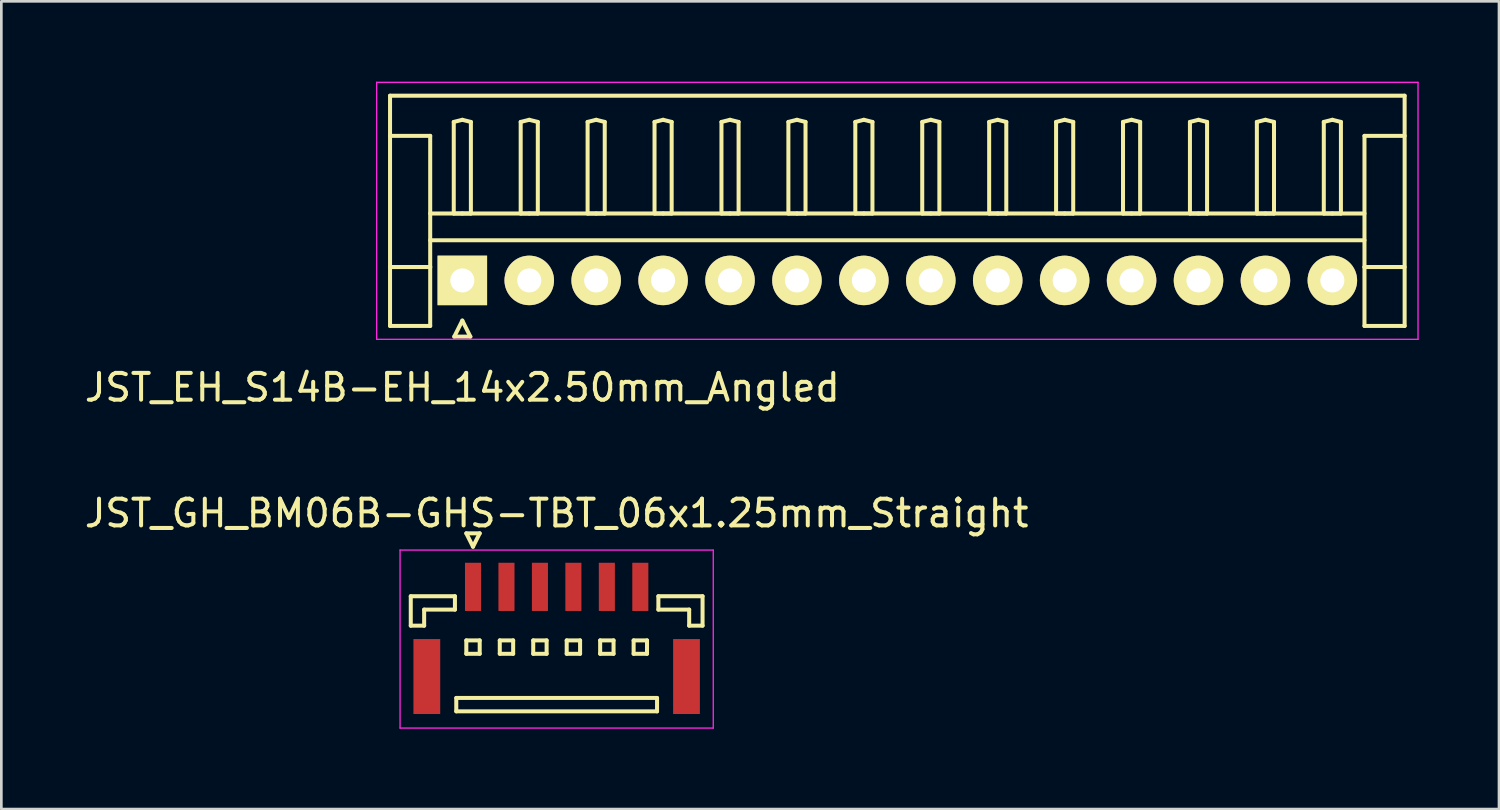
<source format=kicad_pcb>
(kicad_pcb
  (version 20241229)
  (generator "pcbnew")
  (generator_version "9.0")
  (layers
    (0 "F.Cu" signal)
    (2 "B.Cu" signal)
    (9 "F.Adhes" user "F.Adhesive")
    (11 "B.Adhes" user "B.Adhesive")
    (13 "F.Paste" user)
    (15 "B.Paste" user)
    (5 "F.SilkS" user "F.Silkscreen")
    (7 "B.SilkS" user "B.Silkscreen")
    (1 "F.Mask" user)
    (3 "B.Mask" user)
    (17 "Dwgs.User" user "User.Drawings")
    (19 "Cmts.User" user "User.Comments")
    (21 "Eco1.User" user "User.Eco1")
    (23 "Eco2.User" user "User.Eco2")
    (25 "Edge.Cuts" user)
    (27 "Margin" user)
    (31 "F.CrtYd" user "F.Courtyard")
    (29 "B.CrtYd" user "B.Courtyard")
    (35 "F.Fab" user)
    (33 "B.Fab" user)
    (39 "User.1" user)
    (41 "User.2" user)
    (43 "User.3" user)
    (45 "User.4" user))
  (footprint "JST_EH_S14B-EH_14x2.50mm_Angled"
    (layer "F.Cu")
    (at 14.22 7.425)
    (property "Reference" "JST_EH_S14B-EH_14x2.50mm_Angled" (at 0 4 0) (layer "F.SilkS") (effects (font (size 1 1) (thickness 0.15))))
    (attr through_hole)
    (fp_line (start -2.7 -6.9) (end 35.2 -6.9) (stroke (width 0.15) (type solid)) (layer "F.SilkS"))
    (fp_line (start -2.7 -5.4) (end -1.2 -5.4) (stroke (width 0.15) (type solid)) (layer "F.SilkS"))
    (fp_line (start -2.7 1.7) (end -2.7 -6.9) (stroke (width 0.15) (type solid)) (layer "F.SilkS"))
    (fp_line (start -1.2 -5.4) (end -1.2 -0.5) (stroke (width 0.15) (type solid)) (layer "F.SilkS"))
    (fp_line (start -1.2 -2.5) (end 33.7 -2.5) (stroke (width 0.15) (type solid)) (layer "F.SilkS"))
    (fp_line (start -1.2 -1.5) (end 33.7 -1.5) (stroke (width 0.15) (type solid)) (layer "F.SilkS"))
    (fp_line (start -1.2 -0.5) (end -2.7 -0.5) (stroke (width 0.15) (type solid)) (layer "F.SilkS"))
    (fp_line (start -1.2 -0.5) (end -1.2 1.7) (stroke (width 0.15) (type solid)) (layer "F.SilkS"))
    (fp_line (start -1.2 1.7) (end -2.7 1.7) (stroke (width 0.15) (type solid)) (layer "F.SilkS"))
    (fp_line (start -0.32 -5.92) (end 0 -6) (stroke (width 0.15) (type solid)) (layer "F.SilkS"))
    (fp_line (start -0.32 -2.5) (end -0.32 -5.92) (stroke (width 0.15) (type solid)) (layer "F.SilkS"))
    (fp_line (start -0.3 2.1) (end 0.3 2.1) (stroke (width 0.15) (type solid)) (layer "F.SilkS"))
    (fp_line (start 0 -6) (end 0.32 -5.92) (stroke (width 0.15) (type solid)) (layer "F.SilkS"))
    (fp_line (start 0 -2.5) (end -0.32 -2.5) (stroke (width 0.15) (type solid)) (layer "F.SilkS"))
    (fp_line (start 0 1.5) (end -0.3 2.1) (stroke (width 0.15) (type solid)) (layer "F.SilkS"))
    (fp_line (start 0.3 2.1) (end 0 1.5) (stroke (width 0.15) (type solid)) (layer "F.SilkS"))
    (fp_line (start 0.32 -5.92) (end 0.32 -2.5) (stroke (width 0.15) (type solid)) (layer "F.SilkS"))
    (fp_line (start 0.32 -2.5) (end 0 -2.5) (stroke (width 0.15) (type solid)) (layer "F.SilkS"))
    (fp_line (start 2.18 -5.92) (end 2.5 -6) (stroke (width 0.15) (type solid)) (layer "F.SilkS"))
    (fp_line (start 2.18 -2.5) (end 2.18 -5.92) (stroke (width 0.15) (type solid)) (layer "F.SilkS"))
    (fp_line (start 2.5 -6) (end 2.82 -5.92) (stroke (width 0.15) (type solid)) (layer "F.SilkS"))
    (fp_line (start 2.5 -2.5) (end 2.18 -2.5) (stroke (width 0.15) (type solid)) (layer "F.SilkS"))
    (fp_line (start 2.82 -5.92) (end 2.82 -2.5) (stroke (width 0.15) (type solid)) (layer "F.SilkS"))
    (fp_line (start 2.82 -2.5) (end 2.5 -2.5) (stroke (width 0.15) (type solid)) (layer "F.SilkS"))
    (fp_line (start 4.68 -5.92) (end 5 -6) (stroke (width 0.15) (type solid)) (layer "F.SilkS"))
    (fp_line (start 4.68 -2.5) (end 4.68 -5.92) (stroke (width 0.15) (type solid)) (layer "F.SilkS"))
    (fp_line (start 5 -6) (end 5.32 -5.92) (stroke (width 0.15) (type solid)) (layer "F.SilkS"))
    (fp_line (start 5 -2.5) (end 4.68 -2.5) (stroke (width 0.15) (type solid)) (layer "F.SilkS"))
    (fp_line (start 5.32 -5.92) (end 5.32 -2.5) (stroke (width 0.15) (type solid)) (layer "F.SilkS"))
    (fp_line (start 5.32 -2.5) (end 5 -2.5) (stroke (width 0.15) (type solid)) (layer "F.SilkS"))
    (fp_line (start 7.18 -5.92) (end 7.5 -6) (stroke (width 0.15) (type solid)) (layer "F.SilkS"))
    (fp_line (start 7.18 -2.5) (end 7.18 -5.92) (stroke (width 0.15) (type solid)) (layer "F.SilkS"))
    (fp_line (start 7.5 -6) (end 7.82 -5.92) (stroke (width 0.15) (type solid)) (layer "F.SilkS"))
    (fp_line (start 7.5 -2.5) (end 7.18 -2.5) (stroke (width 0.15) (type solid)) (layer "F.SilkS"))
    (fp_line (start 7.82 -5.92) (end 7.82 -2.5) (stroke (width 0.15) (type solid)) (layer "F.SilkS"))
    (fp_line (start 7.82 -2.5) (end 7.5 -2.5) (stroke (width 0.15) (type solid)) (layer "F.SilkS"))
    (fp_line (start 9.68 -5.92) (end 10 -6) (stroke (width 0.15) (type solid)) (layer "F.SilkS"))
    (fp_line (start 9.68 -2.5) (end 9.68 -5.92) (stroke (width 0.15) (type solid)) (layer "F.SilkS"))
    (fp_line (start 10 -6) (end 10.32 -5.92) (stroke (width 0.15) (type solid)) (layer "F.SilkS"))
    (fp_line (start 10 -2.5) (end 9.68 -2.5) (stroke (width 0.15) (type solid)) (layer "F.SilkS"))
    (fp_line (start 10.32 -5.92) (end 10.32 -2.5) (stroke (width 0.15) (type solid)) (layer "F.SilkS"))
    (fp_line (start 10.32 -2.5) (end 10 -2.5) (stroke (width 0.15) (type solid)) (layer "F.SilkS"))
    (fp_line (start 12.18 -5.92) (end 12.5 -6) (stroke (width 0.15) (type solid)) (layer "F.SilkS"))
    (fp_line (start 12.18 -2.5) (end 12.18 -5.92) (stroke (width 0.15) (type solid)) (layer "F.SilkS"))
    (fp_line (start 12.5 -6) (end 12.82 -5.92) (stroke (width 0.15) (type solid)) (layer "F.SilkS"))
    (fp_line (start 12.5 -2.5) (end 12.18 -2.5) (stroke (width 0.15) (type solid)) (layer "F.SilkS"))
    (fp_line (start 12.82 -5.92) (end 12.82 -2.5) (stroke (width 0.15) (type solid)) (layer "F.SilkS"))
    (fp_line (start 12.82 -2.5) (end 12.5 -2.5) (stroke (width 0.15) (type solid)) (layer "F.SilkS"))
    (fp_line (start 14.68 -5.92) (end 15 -6) (stroke (width 0.15) (type solid)) (layer "F.SilkS"))
    (fp_line (start 14.68 -2.5) (end 14.68 -5.92) (stroke (width 0.15) (type solid)) (layer "F.SilkS"))
    (fp_line (start 15 -6) (end 15.32 -5.92) (stroke (width 0.15) (type solid)) (layer "F.SilkS"))
    (fp_line (start 15 -2.5) (end 14.68 -2.5) (stroke (width 0.15) (type solid)) (layer "F.SilkS"))
    (fp_line (start 15.32 -5.92) (end 15.32 -2.5) (stroke (width 0.15) (type solid)) (layer "F.SilkS"))
    (fp_line (start 15.32 -2.5) (end 15 -2.5) (stroke (width 0.15) (type solid)) (layer "F.SilkS"))
    (fp_line (start 17.18 -5.92) (end 17.5 -6) (stroke (width 0.15) (type solid)) (layer "F.SilkS"))
    (fp_line (start 17.18 -2.5) (end 17.18 -5.92) (stroke (width 0.15) (type solid)) (layer "F.SilkS"))
    (fp_line (start 17.5 -6) (end 17.82 -5.92) (stroke (width 0.15) (type solid)) (layer "F.SilkS"))
    (fp_line (start 17.5 -2.5) (end 17.18 -2.5) (stroke (width 0.15) (type solid)) (layer "F.SilkS"))
    (fp_line (start 17.82 -5.92) (end 17.82 -2.5) (stroke (width 0.15) (type solid)) (layer "F.SilkS"))
    (fp_line (start 17.82 -2.5) (end 17.5 -2.5) (stroke (width 0.15) (type solid)) (layer "F.SilkS"))
    (fp_line (start 19.68 -5.92) (end 20 -6) (stroke (width 0.15) (type solid)) (layer "F.SilkS"))
    (fp_line (start 19.68 -2.5) (end 19.68 -5.92) (stroke (width 0.15) (type solid)) (layer "F.SilkS"))
    (fp_line (start 20 -6) (end 20.32 -5.92) (stroke (width 0.15) (type solid)) (layer "F.SilkS"))
    (fp_line (start 20 -2.5) (end 19.68 -2.5) (stroke (width 0.15) (type solid)) (layer "F.SilkS"))
    (fp_line (start 20.32 -5.92) (end 20.32 -2.5) (stroke (width 0.15) (type solid)) (layer "F.SilkS"))
    (fp_line (start 20.32 -2.5) (end 20 -2.5) (stroke (width 0.15) (type solid)) (layer "F.SilkS"))
    (fp_line (start 22.18 -5.92) (end 22.5 -6) (stroke (width 0.15) (type solid)) (layer "F.SilkS"))
    (fp_line (start 22.18 -2.5) (end 22.18 -5.92) (stroke (width 0.15) (type solid)) (layer "F.SilkS"))
    (fp_line (start 22.5 -6) (end 22.82 -5.92) (stroke (width 0.15) (type solid)) (layer "F.SilkS"))
    (fp_line (start 22.5 -2.5) (end 22.18 -2.5) (stroke (width 0.15) (type solid)) (layer "F.SilkS"))
    (fp_line (start 22.82 -5.92) (end 22.82 -2.5) (stroke (width 0.15) (type solid)) (layer "F.SilkS"))
    (fp_line (start 22.82 -2.5) (end 22.5 -2.5) (stroke (width 0.15) (type solid)) (layer "F.SilkS"))
    (fp_line (start 24.68 -5.92) (end 25 -6) (stroke (width 0.15) (type solid)) (layer "F.SilkS"))
    (fp_line (start 24.68 -2.5) (end 24.68 -5.92) (stroke (width 0.15) (type solid)) (layer "F.SilkS"))
    (fp_line (start 25 -6) (end 25.32 -5.92) (stroke (width 0.15) (type solid)) (layer "F.SilkS"))
    (fp_line (start 25 -2.5) (end 24.68 -2.5) (stroke (width 0.15) (type solid)) (layer "F.SilkS"))
    (fp_line (start 25.32 -5.92) (end 25.32 -2.5) (stroke (width 0.15) (type solid)) (layer "F.SilkS"))
    (fp_line (start 25.32 -2.5) (end 25 -2.5) (stroke (width 0.15) (type solid)) (layer "F.SilkS"))
    (fp_line (start 27.18 -5.92) (end 27.5 -6) (stroke (width 0.15) (type solid)) (layer "F.SilkS"))
    (fp_line (start 27.18 -2.5) (end 27.18 -5.92) (stroke (width 0.15) (type solid)) (layer "F.SilkS"))
    (fp_line (start 27.5 -6) (end 27.82 -5.92) (stroke (width 0.15) (type solid)) (layer "F.SilkS"))
    (fp_line (start 27.5 -2.5) (end 27.18 -2.5) (stroke (width 0.15) (type solid)) (layer "F.SilkS"))
    (fp_line (start 27.82 -5.92) (end 27.82 -2.5) (stroke (width 0.15) (type solid)) (layer "F.SilkS"))
    (fp_line (start 27.82 -2.5) (end 27.5 -2.5) (stroke (width 0.15) (type solid)) (layer "F.SilkS"))
    (fp_line (start 29.68 -5.92) (end 30 -6) (stroke (width 0.15) (type solid)) (layer "F.SilkS"))
    (fp_line (start 29.68 -2.5) (end 29.68 -5.92) (stroke (width 0.15) (type solid)) (layer "F.SilkS"))
    (fp_line (start 30 -6) (end 30.32 -5.92) (stroke (width 0.15) (type solid)) (layer "F.SilkS"))
    (fp_line (start 30 -2.5) (end 29.68 -2.5) (stroke (width 0.15) (type solid)) (layer "F.SilkS"))
    (fp_line (start 30.32 -5.92) (end 30.32 -2.5) (stroke (width 0.15) (type solid)) (layer "F.SilkS"))
    (fp_line (start 30.32 -2.5) (end 30 -2.5) (stroke (width 0.15) (type solid)) (layer "F.SilkS"))
    (fp_line (start 32.18 -5.92) (end 32.5 -6) (stroke (width 0.15) (type solid)) (layer "F.SilkS"))
    (fp_line (start 32.18 -2.5) (end 32.18 -5.92) (stroke (width 0.15) (type solid)) (layer "F.SilkS"))
    (fp_line (start 32.5 -6) (end 32.82 -5.92) (stroke (width 0.15) (type solid)) (layer "F.SilkS"))
    (fp_line (start 32.5 -2.5) (end 32.18 -2.5) (stroke (width 0.15) (type solid)) (layer "F.SilkS"))
    (fp_line (start 32.82 -5.92) (end 32.82 -2.5) (stroke (width 0.15) (type solid)) (layer "F.SilkS"))
    (fp_line (start 32.82 -2.5) (end 32.5 -2.5) (stroke (width 0.15) (type solid)) (layer "F.SilkS"))
    (fp_line (start 33.7 -5.4) (end 33.7 -0.5) (stroke (width 0.15) (type solid)) (layer "F.SilkS"))
    (fp_line (start 33.7 -0.5) (end 35.2 -0.5) (stroke (width 0.15) (type solid)) (layer "F.SilkS"))
    (fp_line (start 33.7 1.7) (end 33.7 -0.5) (stroke (width 0.15) (type solid)) (layer "F.SilkS"))
    (fp_line (start 35.2 -6.9) (end 35.2 1.7) (stroke (width 0.15) (type solid)) (layer "F.SilkS"))
    (fp_line (start 35.2 -5.4) (end 33.7 -5.4) (stroke (width 0.15) (type solid)) (layer "F.SilkS"))
    (fp_line (start 35.2 1.7) (end 33.7 1.7) (stroke (width 0.15) (type solid)) (layer "F.SilkS"))
    (fp_line (start -3.2 -7.4) (end -3.2 2.2) (stroke (width 0.05) (type solid)) (layer "F.CrtYd"))
    (fp_line (start -3.2 2.2) (end 35.7 2.2) (stroke (width 0.05) (type solid)) (layer "F.CrtYd"))
    (fp_line (start 35.7 -7.4) (end -3.2 -7.4) (stroke (width 0.05) (type solid)) (layer "F.CrtYd"))
    (fp_line (start 35.7 2.2) (end 35.7 -7.4) (stroke (width 0.05) (type solid)) (layer "F.CrtYd"))
    (pad "1" thru_hole rect (at 0 0) (size 1.85 1.85) (drill 0.9) (layers "*.Cu" "*.Mask" "F.SilkS"))
    (pad "2" thru_hole circle (at 2.5 0) (size 1.85 1.85) (drill 0.9) (layers "*.Cu" "*.Mask" "F.SilkS"))
    (pad "3" thru_hole circle (at 5 0) (size 1.85 1.85) (drill 0.9) (layers "*.Cu" "*.Mask" "F.SilkS"))
    (pad "4" thru_hole circle (at 7.5 0) (size 1.85 1.85) (drill 0.9) (layers "*.Cu" "*.Mask" "F.SilkS"))
    (pad "5" thru_hole circle (at 10 0) (size 1.85 1.85) (drill 0.9) (layers "*.Cu" "*.Mask" "F.SilkS"))
    (pad "6" thru_hole circle (at 12.5 0) (size 1.85 1.85) (drill 0.9) (layers "*.Cu" "*.Mask" "F.SilkS"))
    (pad "7" thru_hole circle (at 15 0) (size 1.85 1.85) (drill 0.9) (layers "*.Cu" "*.Mask" "F.SilkS"))
    (pad "8" thru_hole circle (at 17.5 0) (size 1.85 1.85) (drill 0.9) (layers "*.Cu" "*.Mask" "F.SilkS"))
    (pad "9" thru_hole circle (at 20 0) (size 1.85 1.85) (drill 0.9) (layers "*.Cu" "*.Mask" "F.SilkS"))
    (pad "10" thru_hole circle (at 22.5 0) (size 1.85 1.85) (drill 0.9) (layers "*.Cu" "*.Mask" "F.SilkS"))
    (pad "11" thru_hole circle (at 25 0) (size 1.85 1.85) (drill 0.9) (layers "*.Cu" "*.Mask" "F.SilkS"))
    (pad "12" thru_hole circle (at 27.5 0) (size 1.85 1.85) (drill 0.9) (layers "*.Cu" "*.Mask" "F.SilkS"))
    (pad "13" thru_hole circle (at 30 0) (size 1.85 1.85) (drill 0.9) (layers "*.Cu" "*.Mask" "F.SilkS"))
    (pad "14" thru_hole circle (at 32.5 0) (size 1.85 1.85) (drill 0.9) (layers "*.Cu" "*.Mask" "F.SilkS")))
  (footprint "JST_GH_BM06B-GHS-TBT_06x1.25mm_Straight"
    (layer "F.Cu")
    (at 17.744 20.547)
    (property "Reference" "JST_GH_BM06B-GHS-TBT_06x1.25mm_Straight" (at 0 -4.425 0) (layer "F.SilkS") (effects (font (size 1 1) (thickness 0.15))))
    (attr smd)
    (fp_line (start -5.45 -1.325) (end -3.8 -1.325) (stroke (width 0.15) (type solid)) (layer "F.SilkS"))
    (fp_line (start -5.45 -0.225) (end -5.45 -1.325) (stroke (width 0.15) (type solid)) (layer "F.SilkS"))
    (fp_line (start -4.95 -0.825) (end -4.95 -0.225) (stroke (width 0.15) (type solid)) (layer "F.SilkS"))
    (fp_line (start -4.95 -0.225) (end -5.45 -0.225) (stroke (width 0.15) (type solid)) (layer "F.SilkS"))
    (fp_line (start -3.8 -1.325) (end -3.8 -0.825) (stroke (width 0.15) (type solid)) (layer "F.SilkS"))
    (fp_line (start -3.8 -0.825) (end -4.95 -0.825) (stroke (width 0.15) (type solid)) (layer "F.SilkS"))
    (fp_line (start -3.75 2.475) (end -3.75 2.975) (stroke (width 0.15) (type solid)) (layer "F.SilkS"))
    (fp_line (start -3.75 2.975) (end 3.75 2.975) (stroke (width 0.15) (type solid)) (layer "F.SilkS"))
    (fp_line (start -3.375 -3.675) (end -2.875 -3.675) (stroke (width 0.15) (type solid)) (layer "F.SilkS"))
    (fp_line (start -3.375 0.325) (end -3.375 0.825) (stroke (width 0.15) (type solid)) (layer "F.SilkS"))
    (fp_line (start -3.375 0.825) (end -2.875 0.825) (stroke (width 0.15) (type solid)) (layer "F.SilkS"))
    (fp_line (start -3.125 -3.175) (end -3.375 -3.675) (stroke (width 0.15) (type solid)) (layer "F.SilkS"))
    (fp_line (start -2.875 -3.675) (end -3.125 -3.175) (stroke (width 0.15) (type solid)) (layer "F.SilkS"))
    (fp_line (start -2.875 0.325) (end -3.375 0.325) (stroke (width 0.15) (type solid)) (layer "F.SilkS"))
    (fp_line (start -2.875 0.825) (end -2.875 0.325) (stroke (width 0.15) (type solid)) (layer "F.SilkS"))
    (fp_line (start -2.125 0.325) (end -2.125 0.825) (stroke (width 0.15) (type solid)) (layer "F.SilkS"))
    (fp_line (start -2.125 0.825) (end -1.625 0.825) (stroke (width 0.15) (type solid)) (layer "F.SilkS"))
    (fp_line (start -1.625 0.325) (end -2.125 0.325) (stroke (width 0.15) (type solid)) (layer "F.SilkS"))
    (fp_line (start -1.625 0.825) (end -1.625 0.325) (stroke (width 0.15) (type solid)) (layer "F.SilkS"))
    (fp_line (start -0.875 0.325) (end -0.875 0.825) (stroke (width 0.15) (type solid)) (layer "F.SilkS"))
    (fp_line (start -0.875 0.825) (end -0.375 0.825) (stroke (width 0.15) (type solid)) (layer "F.SilkS"))
    (fp_line (start -0.375 0.325) (end -0.875 0.325) (stroke (width 0.15) (type solid)) (layer "F.SilkS"))
    (fp_line (start -0.375 0.825) (end -0.375 0.325) (stroke (width 0.15) (type solid)) (layer "F.SilkS"))
    (fp_line (start 0.375 0.325) (end 0.375 0.825) (stroke (width 0.15) (type solid)) (layer "F.SilkS"))
    (fp_line (start 0.375 0.825) (end 0.875 0.825) (stroke (width 0.15) (type solid)) (layer "F.SilkS"))
    (fp_line (start 0.875 0.325) (end 0.375 0.325) (stroke (width 0.15) (type solid)) (layer "F.SilkS"))
    (fp_line (start 0.875 0.825) (end 0.875 0.325) (stroke (width 0.15) (type solid)) (layer "F.SilkS"))
    (fp_line (start 1.625 0.325) (end 1.625 0.825) (stroke (width 0.15) (type solid)) (layer "F.SilkS"))
    (fp_line (start 1.625 0.825) (end 2.125 0.825) (stroke (width 0.15) (type solid)) (layer "F.SilkS"))
    (fp_line (start 2.125 0.325) (end 1.625 0.325) (stroke (width 0.15) (type solid)) (layer "F.SilkS"))
    (fp_line (start 2.125 0.825) (end 2.125 0.325) (stroke (width 0.15) (type solid)) (layer "F.SilkS"))
    (fp_line (start 2.875 0.325) (end 2.875 0.825) (stroke (width 0.15) (type solid)) (layer "F.SilkS"))
    (fp_line (start 2.875 0.825) (end 3.375 0.825) (stroke (width 0.15) (type solid)) (layer "F.SilkS"))
    (fp_line (start 3.375 0.325) (end 2.875 0.325) (stroke (width 0.15) (type solid)) (layer "F.SilkS"))
    (fp_line (start 3.375 0.825) (end 3.375 0.325) (stroke (width 0.15) (type solid)) (layer "F.SilkS"))
    (fp_line (start 3.75 2.475) (end -3.75 2.475) (stroke (width 0.15) (type solid)) (layer "F.SilkS"))
    (fp_line (start 3.75 2.975) (end 3.75 2.475) (stroke (width 0.15) (type solid)) (layer "F.SilkS"))
    (fp_line (start 3.8 -1.325) (end 3.8 -0.825) (stroke (width 0.15) (type solid)) (layer "F.SilkS"))
    (fp_line (start 3.8 -0.825) (end 4.95 -0.825) (stroke (width 0.15) (type solid)) (layer "F.SilkS"))
    (fp_line (start 4.95 -0.825) (end 4.95 -0.225) (stroke (width 0.15) (type solid)) (layer "F.SilkS"))
    (fp_line (start 4.95 -0.225) (end 5.45 -0.225) (stroke (width 0.15) (type solid)) (layer "F.SilkS"))
    (fp_line (start 5.45 -1.325) (end 3.8 -1.325) (stroke (width 0.15) (type solid)) (layer "F.SilkS"))
    (fp_line (start 5.45 -0.225) (end 5.45 -1.325) (stroke (width 0.15) (type solid)) (layer "F.SilkS"))
    (fp_line (start -5.85 -3.05) (end -5.85 3.6) (stroke (width 0.05) (type solid)) (layer "F.CrtYd"))
    (fp_line (start -5.85 3.6) (end 5.85 3.6) (stroke (width 0.05) (type solid)) (layer "F.CrtYd"))
    (fp_line (start 5.85 -3.05) (end -5.85 -3.05) (stroke (width 0.05) (type solid)) (layer "F.CrtYd"))
    (fp_line (start 5.85 3.6) (end 5.85 -3.05) (stroke (width 0.05) (type solid)) (layer "F.CrtYd"))
    (pad "" smd rect (at -4.85 1.675) (size 1 2.8) (layers "F.Cu" "F.Mask" "F.Paste"))
    (pad "" smd rect (at 4.85 1.675) (size 1 2.8) (layers "F.Cu" "F.Mask" "F.Paste"))
    (pad "1" smd rect (at -3.125 -1.675) (size 0.6 1.8) (layers "F.Cu" "F.Mask" "F.Paste"))
    (pad "2" smd rect (at -1.875 -1.675) (size 0.6 1.8) (layers "F.Cu" "F.Mask" "F.Paste"))
    (pad "3" smd rect (at -0.625 -1.675) (size 0.6 1.8) (layers "F.Cu" "F.Mask" "F.Paste"))
    (pad "4" smd rect (at 0.625 -1.675) (size 0.6 1.8) (layers "F.Cu" "F.Mask" "F.Paste"))
    (pad "5" smd rect (at 1.875 -1.675) (size 0.6 1.8) (layers "F.Cu" "F.Mask" "F.Paste"))
    (pad "6" smd rect (at 3.125 -1.675) (size 0.6 1.8) (layers "F.Cu" "F.Mask" "F.Paste")))
  (gr_rect
    (start -3 -3)
    (end 52.945 27.172)
    (stroke (width 0.1) (type default))
    (fill no)
    (layer "Edge.Cuts")))
</source>
